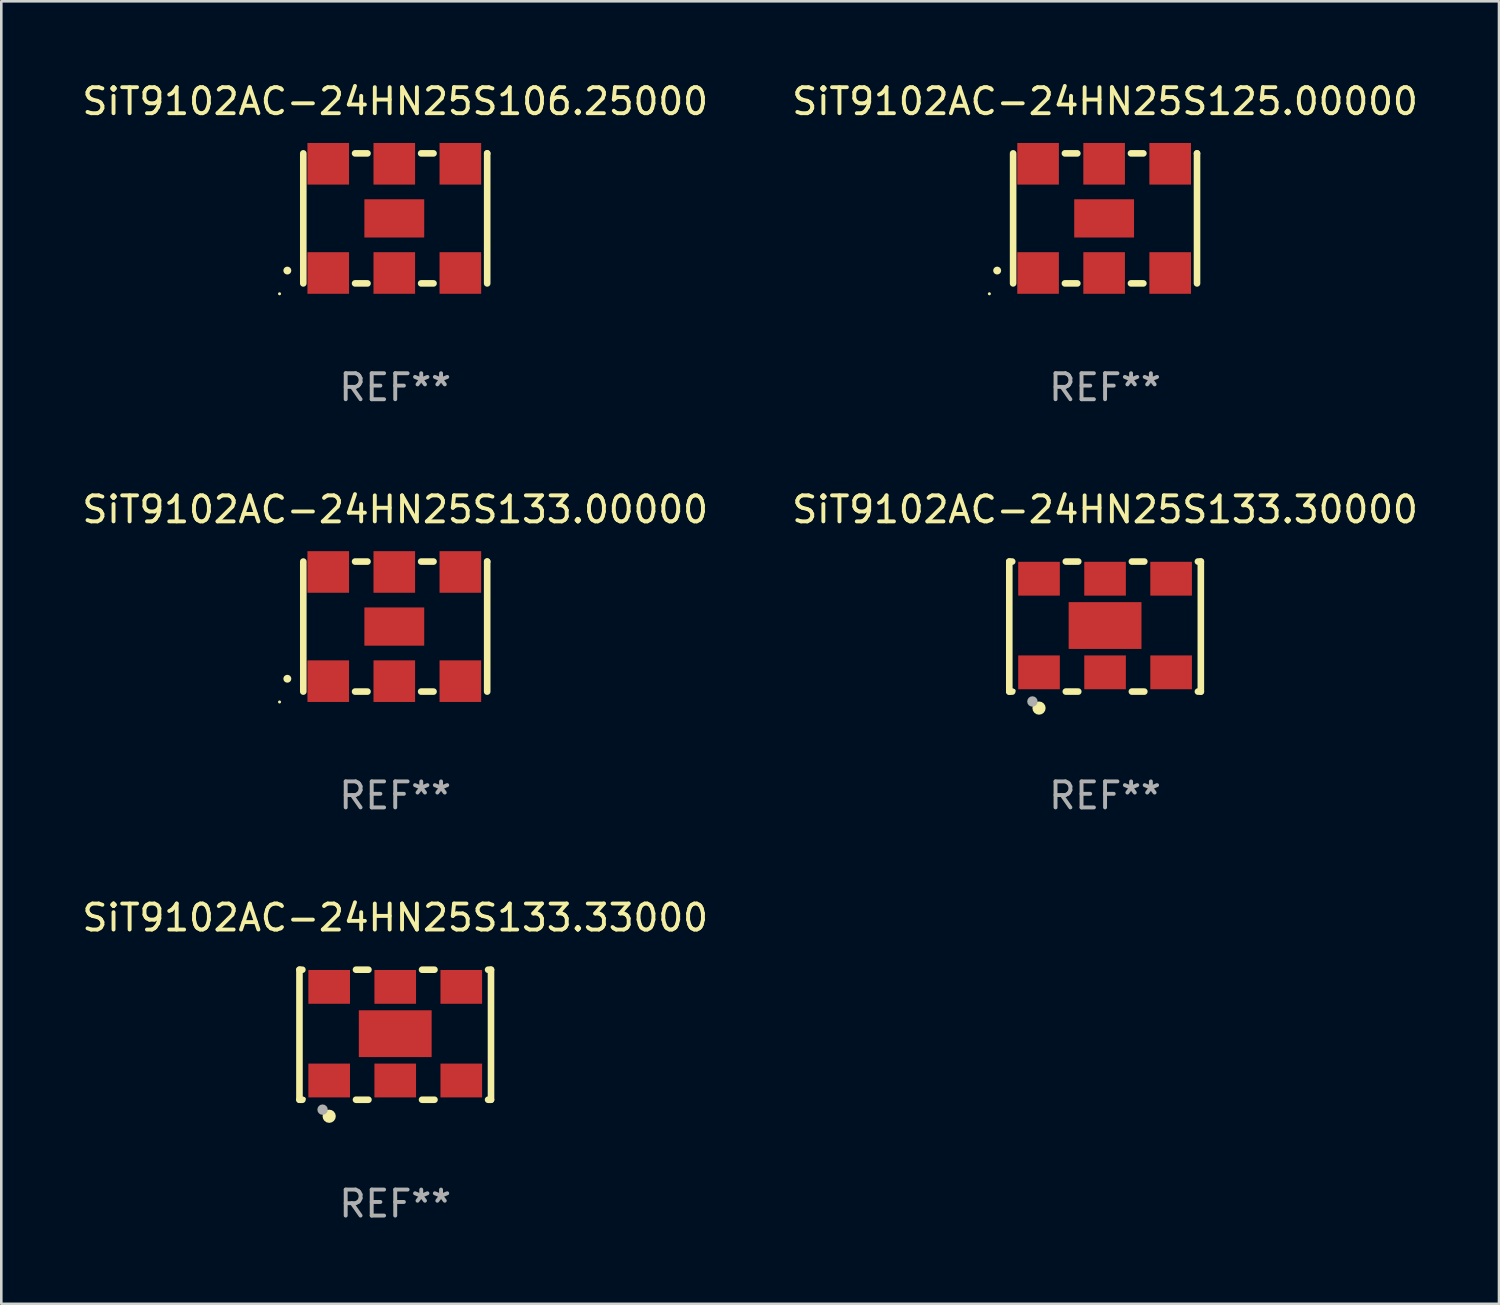
<source format=kicad_pcb>
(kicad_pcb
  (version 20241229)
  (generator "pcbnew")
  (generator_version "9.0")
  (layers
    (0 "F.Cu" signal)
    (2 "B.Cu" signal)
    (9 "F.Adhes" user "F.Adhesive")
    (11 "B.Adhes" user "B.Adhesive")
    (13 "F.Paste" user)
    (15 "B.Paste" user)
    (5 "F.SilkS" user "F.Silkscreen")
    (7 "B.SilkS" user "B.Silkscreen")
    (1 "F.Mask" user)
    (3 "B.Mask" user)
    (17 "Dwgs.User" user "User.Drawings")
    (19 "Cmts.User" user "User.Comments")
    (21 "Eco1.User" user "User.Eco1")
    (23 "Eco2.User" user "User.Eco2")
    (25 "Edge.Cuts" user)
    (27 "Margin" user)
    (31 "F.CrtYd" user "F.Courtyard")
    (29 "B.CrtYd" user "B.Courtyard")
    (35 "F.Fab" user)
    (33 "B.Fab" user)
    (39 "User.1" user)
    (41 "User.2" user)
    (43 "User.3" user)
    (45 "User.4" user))
  (footprint "SiT9102AC-24HN25S133.30000"
    (layer "F.Cu")
    (at 39.446 21.045)
    (property "Reference" "SiT9102AC-24HN25S133.30000" (at 0 -4.5 0) (layer "F.SilkS") (effects (font (size 1 1) (thickness 0.15))))
    (attr through_hole)
    (fp_line (start -3.683 -2.5) (end -3.571 -2.5) (stroke (width 0.254) (type solid)) (layer "F.SilkS"))
    (fp_line (start -3.683 2.5) (end -3.683 -2.5) (stroke (width 0.254) (type solid)) (layer "F.SilkS"))
    (fp_line (start -3.683 2.5) (end -3.571 2.5) (stroke (width 0.254) (type solid)) (layer "F.SilkS"))
    (fp_line (start -1.509 -2.5) (end -1.031 -2.5) (stroke (width 0.254) (type solid)) (layer "F.SilkS"))
    (fp_line (start -1.509 2.5) (end -1.031 2.5) (stroke (width 0.254) (type solid)) (layer "F.SilkS"))
    (fp_line (start 1.031 -2.5) (end 1.509 -2.5) (stroke (width 0.254) (type solid)) (layer "F.SilkS"))
    (fp_line (start 1.031 2.5) (end 1.509 2.5) (stroke (width 0.254) (type solid)) (layer "F.SilkS"))
    (fp_line (start 3.571 -2.5) (end 3.683 -2.5) (stroke (width 0.254) (type solid)) (layer "F.SilkS"))
    (fp_line (start 3.571 2.5) (end 3.683 2.5) (stroke (width 0.254) (type solid)) (layer "F.SilkS"))
    (fp_line (start 3.683 2.5) (end 3.683 -2.5) (stroke (width 0.254) (type solid)) (layer "F.SilkS"))
    (fp_circle (center -3.5 2.46) (end -3.47 2.46) (stroke (width 0.06) (type solid)) (fill no) (layer "F.SilkS"))
    (fp_circle (center -2.54 3.135) (end -2.413 3.135) (stroke (width 0.254) (type solid)) (fill no) (layer "F.SilkS"))
    (fp_circle (center -2.794 2.881) (end -2.694 2.881) (stroke (width 0.2) (type solid)) (fill no) (layer "F.Fab"))
    (fp_text user "REF**" (at 0 6.5 0) (layer "F.Fab") (effects (font (size 1 1) (thickness 0.15))))
    (pad "1" smd rect (at -2.54 1.76) (size 1.6 1.3) (layers "F.Cu" "F.Mask" "F.Paste"))
    (pad "2" smd rect (at 0 1.76) (size 1.6 1.3) (layers "F.Cu" "F.Mask" "F.Paste"))
    (pad "3" smd rect (at 2.54 1.76) (size 1.6 1.3) (layers "F.Cu" "F.Mask" "F.Paste"))
    (pad "4" smd rect (at 2.54 -1.84) (size 1.6 1.3) (layers "F.Cu" "F.Mask" "F.Paste"))
    (pad "5" smd rect (at 0 -1.84) (size 1.6 1.3) (layers "F.Cu" "F.Mask" "F.Paste"))
    (pad "6" smd rect (at -2.54 -1.84) (size 1.6 1.3) (layers "F.Cu" "F.Mask" "F.Paste"))
    (pad "7" smd rect (at 0 -0.04) (size 2.8 1.8) (layers "F.Cu" "F.Mask" "F.Paste")))
  (footprint "SiT9102AC-24HN25S125.00000"
    (layer "F.Cu")
    (at 39.446 5.348)
    (property "Reference" "SiT9102AC-24HN25S125.00000" (at 0 -4.5 0) (layer "F.SilkS") (effects (font (size 1 1) (thickness 0.15))))
    (attr through_hole)
    (fp_line (start -3.536 -2.5) (end -3.536 2.5) (stroke (width 0.254) (type solid)) (layer "F.SilkS"))
    (fp_line (start -1.544 2.5) (end -1.067 2.5) (stroke (width 0.254) (type solid)) (layer "F.SilkS"))
    (fp_line (start -1.067 -2.5) (end -1.544 -2.5) (stroke (width 0.254) (type solid)) (layer "F.SilkS"))
    (fp_line (start 0.996 2.5) (end 1.473 2.5) (stroke (width 0.254) (type solid)) (layer "F.SilkS"))
    (fp_line (start 1.473 -2.5) (end 0.996 -2.5) (stroke (width 0.254) (type solid)) (layer "F.SilkS"))
    (fp_line (start 3.536 -2.5) (end 3.536 -2.5) (stroke (width 0.254) (type solid)) (layer "F.SilkS"))
    (fp_line (start 3.536 2.5) (end 3.536 -2.5) (stroke (width 0.254) (type solid)) (layer "F.SilkS"))
    (fp_arc (start -4.150432 2.006604) (mid -4.149162 2.006599) (end -4.147892 2.006604) (stroke (width 0.3) (type solid)) (layer "F.SilkS"))
    (fp_circle (center -4.449 2.9) (end -4.419 2.9) (stroke (width 0.06) (type solid)) (fill no) (layer "F.SilkS"))
    (fp_text user "REF**" (at 0 6.5 0) (layer "F.Fab") (effects (font (size 1 1) (thickness 0.15))))
    (pad "1" smd rect (at -2.576 2.1) (size 1.6 1.6) (layers "F.Cu" "F.Mask" "F.Paste"))
    (pad "2" smd rect (at -0.036 2.1) (size 1.6 1.6) (layers "F.Cu" "F.Mask" "F.Paste"))
    (pad "3" smd rect (at 2.504 2.1) (size 1.6 1.6) (layers "F.Cu" "F.Mask" "F.Paste"))
    (pad "4" smd rect (at 2.504 -2.1) (size 1.6 1.6) (layers "F.Cu" "F.Mask" "F.Paste"))
    (pad "5" smd rect (at -0.036 -2.1) (size 1.6 1.6) (layers "F.Cu" "F.Mask" "F.Paste"))
    (pad "6" smd rect (at -2.576 -2.1) (size 1.6 1.6) (layers "F.Cu" "F.Mask" "F.Paste"))
    (pad "7" smd rect (at -0.036 0) (size 2.3 1.47) (layers "F.Cu" "F.Mask" "F.Paste")))
  (footprint "SiT9102AC-24HN25S133.33000"
    (layer "F.Cu")
    (at 12.149 36.741)
    (property "Reference" "SiT9102AC-24HN25S133.33000" (at 0 -4.5 0) (layer "F.SilkS") (effects (font (size 1 1) (thickness 0.15))))
    (attr through_hole)
    (fp_line (start -3.683 -2.5) (end -3.571 -2.5) (stroke (width 0.254) (type solid)) (layer "F.SilkS"))
    (fp_line (start -3.683 2.5) (end -3.683 -2.5) (stroke (width 0.254) (type solid)) (layer "F.SilkS"))
    (fp_line (start -3.683 2.5) (end -3.571 2.5) (stroke (width 0.254) (type solid)) (layer "F.SilkS"))
    (fp_line (start -1.509 -2.5) (end -1.031 -2.5) (stroke (width 0.254) (type solid)) (layer "F.SilkS"))
    (fp_line (start -1.509 2.5) (end -1.031 2.5) (stroke (width 0.254) (type solid)) (layer "F.SilkS"))
    (fp_line (start 1.031 -2.5) (end 1.509 -2.5) (stroke (width 0.254) (type solid)) (layer "F.SilkS"))
    (fp_line (start 1.031 2.5) (end 1.509 2.5) (stroke (width 0.254) (type solid)) (layer "F.SilkS"))
    (fp_line (start 3.571 -2.5) (end 3.683 -2.5) (stroke (width 0.254) (type solid)) (layer "F.SilkS"))
    (fp_line (start 3.571 2.5) (end 3.683 2.5) (stroke (width 0.254) (type solid)) (layer "F.SilkS"))
    (fp_line (start 3.683 2.5) (end 3.683 -2.5) (stroke (width 0.254) (type solid)) (layer "F.SilkS"))
    (fp_circle (center -3.5 2.46) (end -3.47 2.46) (stroke (width 0.06) (type solid)) (fill no) (layer "F.SilkS"))
    (fp_circle (center -2.54 3.135) (end -2.413 3.135) (stroke (width 0.254) (type solid)) (fill no) (layer "F.SilkS"))
    (fp_circle (center -2.794 2.881) (end -2.694 2.881) (stroke (width 0.2) (type solid)) (fill no) (layer "F.Fab"))
    (fp_text user "REF**" (at 0 6.5 0) (layer "F.Fab") (effects (font (size 1 1) (thickness 0.15))))
    (pad "1" smd rect (at -2.54 1.76) (size 1.6 1.3) (layers "F.Cu" "F.Mask" "F.Paste"))
    (pad "2" smd rect (at 0 1.76) (size 1.6 1.3) (layers "F.Cu" "F.Mask" "F.Paste"))
    (pad "3" smd rect (at 2.54 1.76) (size 1.6 1.3) (layers "F.Cu" "F.Mask" "F.Paste"))
    (pad "4" smd rect (at 2.54 -1.84) (size 1.6 1.3) (layers "F.Cu" "F.Mask" "F.Paste"))
    (pad "5" smd rect (at 0 -1.84) (size 1.6 1.3) (layers "F.Cu" "F.Mask" "F.Paste"))
    (pad "6" smd rect (at -2.54 -1.84) (size 1.6 1.3) (layers "F.Cu" "F.Mask" "F.Paste"))
    (pad "7" smd rect (at 0 -0.04) (size 2.8 1.8) (layers "F.Cu" "F.Mask" "F.Paste")))
  (footprint "SiT9102AC-24HN25S106.25000"
    (layer "F.Cu")
    (at 12.149 5.348)
    (property "Reference" "SiT9102AC-24HN25S106.25000" (at 0 -4.5 0) (layer "F.SilkS") (effects (font (size 1 1) (thickness 0.15))))
    (attr through_hole)
    (fp_line (start -3.536 -2.5) (end -3.536 2.5) (stroke (width 0.254) (type solid)) (layer "F.SilkS"))
    (fp_line (start -1.544 2.5) (end -1.067 2.5) (stroke (width 0.254) (type solid)) (layer "F.SilkS"))
    (fp_line (start -1.067 -2.5) (end -1.544 -2.5) (stroke (width 0.254) (type solid)) (layer "F.SilkS"))
    (fp_line (start 0.996 2.5) (end 1.473 2.5) (stroke (width 0.254) (type solid)) (layer "F.SilkS"))
    (fp_line (start 1.473 -2.5) (end 0.996 -2.5) (stroke (width 0.254) (type solid)) (layer "F.SilkS"))
    (fp_line (start 3.536 -2.5) (end 3.536 -2.5) (stroke (width 0.254) (type solid)) (layer "F.SilkS"))
    (fp_line (start 3.536 2.5) (end 3.536 -2.5) (stroke (width 0.254) (type solid)) (layer "F.SilkS"))
    (fp_arc (start -4.150432 2.006604) (mid -4.149162 2.006599) (end -4.147892 2.006604) (stroke (width 0.3) (type solid)) (layer "F.SilkS"))
    (fp_circle (center -4.449 2.9) (end -4.419 2.9) (stroke (width 0.06) (type solid)) (fill no) (layer "F.SilkS"))
    (fp_text user "REF**" (at 0 6.5 0) (layer "F.Fab") (effects (font (size 1 1) (thickness 0.15))))
    (pad "1" smd rect (at -2.576 2.1) (size 1.6 1.6) (layers "F.Cu" "F.Mask" "F.Paste"))
    (pad "2" smd rect (at -0.036 2.1) (size 1.6 1.6) (layers "F.Cu" "F.Mask" "F.Paste"))
    (pad "3" smd rect (at 2.504 2.1) (size 1.6 1.6) (layers "F.Cu" "F.Mask" "F.Paste"))
    (pad "4" smd rect (at 2.504 -2.1) (size 1.6 1.6) (layers "F.Cu" "F.Mask" "F.Paste"))
    (pad "5" smd rect (at -0.036 -2.1) (size 1.6 1.6) (layers "F.Cu" "F.Mask" "F.Paste"))
    (pad "6" smd rect (at -2.576 -2.1) (size 1.6 1.6) (layers "F.Cu" "F.Mask" "F.Paste"))
    (pad "7" smd rect (at -0.036 0) (size 2.3 1.47) (layers "F.Cu" "F.Mask" "F.Paste")))
  (footprint "SiT9102AC-24HN25S133.00000"
    (layer "F.Cu")
    (at 12.149 21.045)
    (property "Reference" "SiT9102AC-24HN25S133.00000" (at 0 -4.5 0) (layer "F.SilkS") (effects (font (size 1 1) (thickness 0.15))))
    (attr through_hole)
    (fp_line (start -3.536 -2.5) (end -3.536 2.5) (stroke (width 0.254) (type solid)) (layer "F.SilkS"))
    (fp_line (start -1.544 2.5) (end -1.067 2.5) (stroke (width 0.254) (type solid)) (layer "F.SilkS"))
    (fp_line (start -1.067 -2.5) (end -1.544 -2.5) (stroke (width 0.254) (type solid)) (layer "F.SilkS"))
    (fp_line (start 0.996 2.5) (end 1.473 2.5) (stroke (width 0.254) (type solid)) (layer "F.SilkS"))
    (fp_line (start 1.473 -2.5) (end 0.996 -2.5) (stroke (width 0.254) (type solid)) (layer "F.SilkS"))
    (fp_line (start 3.536 -2.5) (end 3.536 -2.5) (stroke (width 0.254) (type solid)) (layer "F.SilkS"))
    (fp_line (start 3.536 2.5) (end 3.536 -2.5) (stroke (width 0.254) (type solid)) (layer "F.SilkS"))
    (fp_arc (start -4.150432 2.006604) (mid -4.149162 2.006599) (end -4.147892 2.006604) (stroke (width 0.3) (type solid)) (layer "F.SilkS"))
    (fp_circle (center -4.449 2.9) (end -4.419 2.9) (stroke (width 0.06) (type solid)) (fill no) (layer "F.SilkS"))
    (fp_text user "REF**" (at 0 6.5 0) (layer "F.Fab") (effects (font (size 1 1) (thickness 0.15))))
    (pad "1" smd rect (at -2.576 2.1) (size 1.6 1.6) (layers "F.Cu" "F.Mask" "F.Paste"))
    (pad "2" smd rect (at -0.036 2.1) (size 1.6 1.6) (layers "F.Cu" "F.Mask" "F.Paste"))
    (pad "3" smd rect (at 2.504 2.1) (size 1.6 1.6) (layers "F.Cu" "F.Mask" "F.Paste"))
    (pad "4" smd rect (at 2.504 -2.1) (size 1.6 1.6) (layers "F.Cu" "F.Mask" "F.Paste"))
    (pad "5" smd rect (at -0.036 -2.1) (size 1.6 1.6) (layers "F.Cu" "F.Mask" "F.Paste"))
    (pad "6" smd rect (at -2.576 -2.1) (size 1.6 1.6) (layers "F.Cu" "F.Mask" "F.Paste"))
    (pad "7" smd rect (at -0.036 0) (size 2.3 1.47) (layers "F.Cu" "F.Mask" "F.Paste")))
  (gr_rect
    (start -3 -3)
    (end 54.595 47.09)
    (stroke (width 0.1) (type default))
    (fill no)
    (layer "Edge.Cuts")))
</source>
